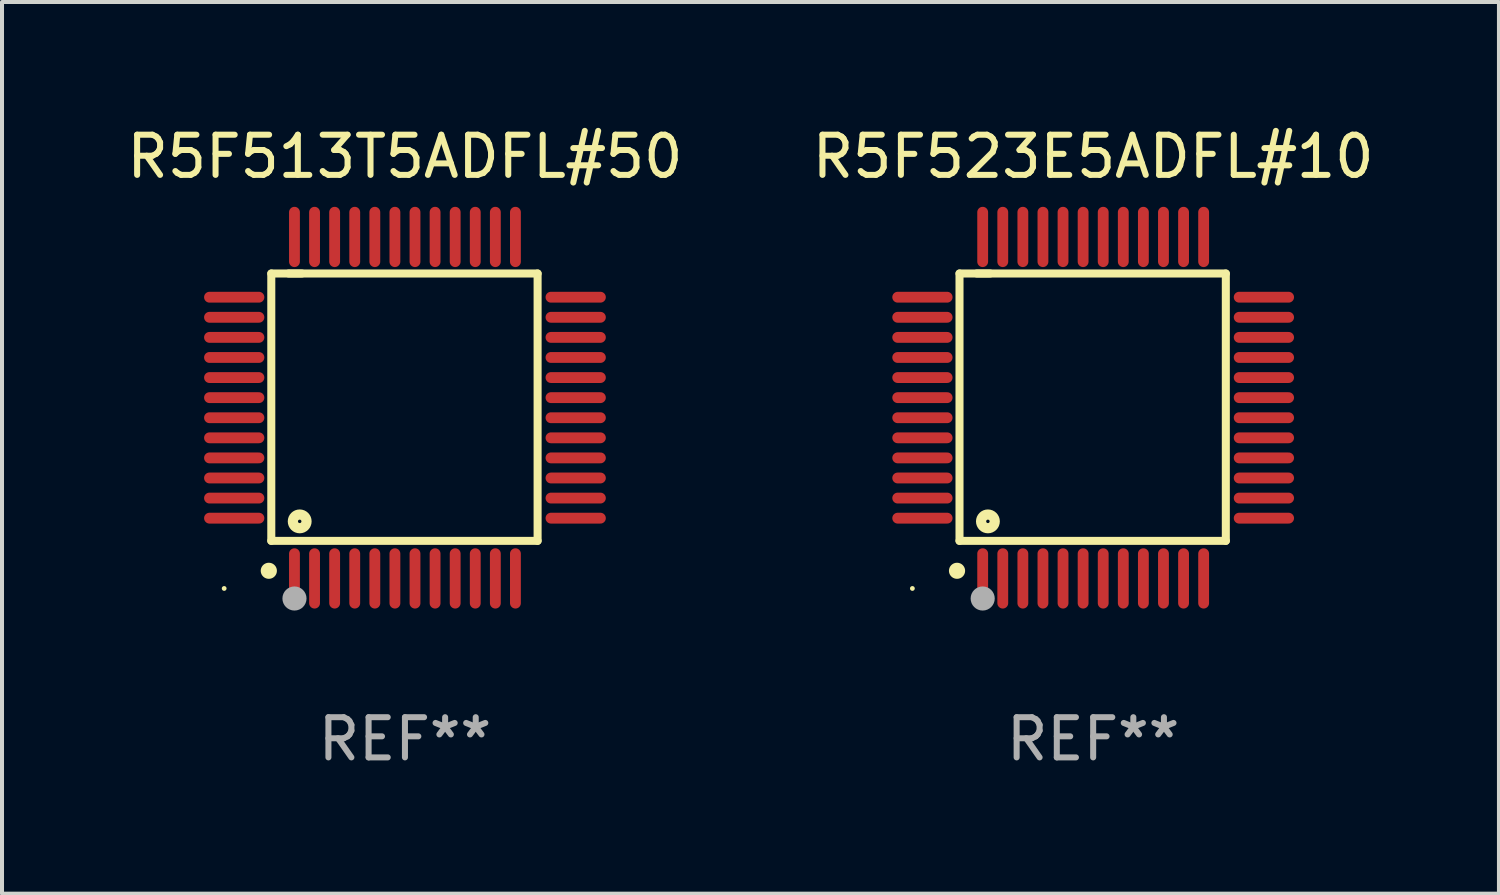
<source format=kicad_pcb>
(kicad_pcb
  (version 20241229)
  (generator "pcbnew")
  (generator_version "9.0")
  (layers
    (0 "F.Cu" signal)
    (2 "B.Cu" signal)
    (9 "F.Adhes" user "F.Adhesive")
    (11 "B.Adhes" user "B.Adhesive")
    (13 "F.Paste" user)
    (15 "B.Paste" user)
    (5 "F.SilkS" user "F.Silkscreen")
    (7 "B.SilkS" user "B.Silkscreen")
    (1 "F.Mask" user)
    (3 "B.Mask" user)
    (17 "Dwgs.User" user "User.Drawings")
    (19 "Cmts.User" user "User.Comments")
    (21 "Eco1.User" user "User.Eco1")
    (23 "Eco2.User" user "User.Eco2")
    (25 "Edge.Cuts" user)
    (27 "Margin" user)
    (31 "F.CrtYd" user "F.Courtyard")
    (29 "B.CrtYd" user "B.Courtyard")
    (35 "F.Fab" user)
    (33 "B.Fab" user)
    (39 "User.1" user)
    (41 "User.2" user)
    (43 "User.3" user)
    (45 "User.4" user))
  (footprint "R5F523E5ADFL#10"
    (layer "F.Cu")
    (at 24.161 7.098)
    (property "Reference" "R5F523E5ADFL#10" (at 0 -6.25 0) (layer "F.SilkS") (effects (font (size 1 1) (thickness 0.15))))
    (attr through_hole)
    (fp_line (start -3.327 -3.34) (end -2.565 -3.34) (stroke (width 0.2) (type solid)) (layer "F.SilkS"))
    (fp_line (start -3.327 3.315) (end -3.327 -3.34) (stroke (width 0.2) (type solid)) (layer "F.SilkS"))
    (fp_line (start -2.896 -3.34) (end 3.302 -3.34) (stroke (width 0.2) (type solid)) (layer "F.SilkS"))
    (fp_line (start 3.302 -3.34) (end 3.302 3.315) (stroke (width 0.2) (type solid)) (layer "F.SilkS"))
    (fp_line (start 3.302 3.315) (end -3.327 3.315) (stroke (width 0.2) (type solid)) (layer "F.SilkS"))
    (fp_arc (start -3.389992 4.059995) (mid -3.388722 4.059991) (end -3.387452 4.059995) (stroke (width 0.4) (type solid)) (layer "F.SilkS"))
    (fp_circle (center -4.5 4.5) (end -4.47 4.5) (stroke (width 0.06) (type solid)) (fill no) (layer "F.SilkS"))
    (fp_circle (center -2.62 2.83) (end -2.45 2.83) (stroke (width 0.254) (type solid)) (fill no) (layer "F.SilkS"))
    (fp_circle (center -2.75 4.75) (end -2.6 4.75) (stroke (width 0.3) (type solid)) (fill no) (layer "F.Fab"))
    (fp_text user "REF**" (at 0 8.25 0) (layer "F.Fab") (effects (font (size 1 1) (thickness 0.15))))
    (pad "1" smd oval (at -2.75 4.25) (size 0.27 1.5) (layers "F.Cu" "F.Mask" "F.Paste"))
    (pad "2" smd oval (at -2.25 4.25) (size 0.27 1.5) (layers "F.Cu" "F.Mask" "F.Paste"))
    (pad "3" smd oval (at -1.75 4.25) (size 0.27 1.5) (layers "F.Cu" "F.Mask" "F.Paste"))
    (pad "4" smd oval (at -1.25 4.25) (size 0.27 1.5) (layers "F.Cu" "F.Mask" "F.Paste"))
    (pad "5" smd oval (at -0.75 4.25) (size 0.27 1.5) (layers "F.Cu" "F.Mask" "F.Paste"))
    (pad "6" smd oval (at -0.25 4.25) (size 0.27 1.5) (layers "F.Cu" "F.Mask" "F.Paste"))
    (pad "7" smd oval (at 0.25 4.25) (size 0.27 1.5) (layers "F.Cu" "F.Mask" "F.Paste"))
    (pad "8" smd oval (at 0.75 4.25) (size 0.27 1.5) (layers "F.Cu" "F.Mask" "F.Paste"))
    (pad "9" smd oval (at 1.25 4.25) (size 0.27 1.5) (layers "F.Cu" "F.Mask" "F.Paste"))
    (pad "10" smd oval (at 1.75 4.25) (size 0.27 1.5) (layers "F.Cu" "F.Mask" "F.Paste"))
    (pad "11" smd oval (at 2.25 4.25) (size 0.27 1.5) (layers "F.Cu" "F.Mask" "F.Paste"))
    (pad "12" smd oval (at 2.75 4.25) (size 0.27 1.5) (layers "F.Cu" "F.Mask" "F.Paste"))
    (pad "13" smd oval (at 4.25 2.75) (size 1.5 0.27) (layers "F.Cu" "F.Mask" "F.Paste"))
    (pad "14" smd oval (at 4.25 2.25) (size 1.5 0.27) (layers "F.Cu" "F.Mask" "F.Paste"))
    (pad "15" smd oval (at 4.25 1.75) (size 1.5 0.27) (layers "F.Cu" "F.Mask" "F.Paste"))
    (pad "16" smd oval (at 4.25 1.25) (size 1.5 0.27) (layers "F.Cu" "F.Mask" "F.Paste"))
    (pad "17" smd oval (at 4.25 0.75) (size 1.5 0.27) (layers "F.Cu" "F.Mask" "F.Paste"))
    (pad "18" smd oval (at 4.25 0.25) (size 1.5 0.27) (layers "F.Cu" "F.Mask" "F.Paste"))
    (pad "19" smd oval (at 4.25 -0.25) (size 1.5 0.27) (layers "F.Cu" "F.Mask" "F.Paste"))
    (pad "20" smd oval (at 4.25 -0.75) (size 1.5 0.27) (layers "F.Cu" "F.Mask" "F.Paste"))
    (pad "21" smd oval (at 4.25 -1.25) (size 1.5 0.27) (layers "F.Cu" "F.Mask" "F.Paste"))
    (pad "22" smd oval (at 4.25 -1.75) (size 1.5 0.27) (layers "F.Cu" "F.Mask" "F.Paste"))
    (pad "23" smd oval (at 4.25 -2.25) (size 1.5 0.27) (layers "F.Cu" "F.Mask" "F.Paste"))
    (pad "24" smd oval (at 4.25 -2.75) (size 1.5 0.27) (layers "F.Cu" "F.Mask" "F.Paste"))
    (pad "25" smd oval (at 2.75 -4.25) (size 0.27 1.5) (layers "F.Cu" "F.Mask" "F.Paste"))
    (pad "26" smd oval (at 2.25 -4.25) (size 0.27 1.5) (layers "F.Cu" "F.Mask" "F.Paste"))
    (pad "27" smd oval (at 1.75 -4.25) (size 0.27 1.5) (layers "F.Cu" "F.Mask" "F.Paste"))
    (pad "28" smd oval (at 1.25 -4.25) (size 0.27 1.5) (layers "F.Cu" "F.Mask" "F.Paste"))
    (pad "29" smd oval (at 0.75 -4.25) (size 0.27 1.5) (layers "F.Cu" "F.Mask" "F.Paste"))
    (pad "30" smd oval (at 0.25 -4.25) (size 0.27 1.5) (layers "F.Cu" "F.Mask" "F.Paste"))
    (pad "31" smd oval (at -0.25 -4.25) (size 0.27 1.5) (layers "F.Cu" "F.Mask" "F.Paste"))
    (pad "32" smd oval (at -0.75 -4.25) (size 0.27 1.5) (layers "F.Cu" "F.Mask" "F.Paste"))
    (pad "33" smd oval (at -1.25 -4.25) (size 0.27 1.5) (layers "F.Cu" "F.Mask" "F.Paste"))
    (pad "34" smd oval (at -1.75 -4.25) (size 0.27 1.5) (layers "F.Cu" "F.Mask" "F.Paste"))
    (pad "35" smd oval (at -2.25 -4.25) (size 0.27 1.5) (layers "F.Cu" "F.Mask" "F.Paste"))
    (pad "36" smd oval (at -2.75 -4.25) (size 0.27 1.5) (layers "F.Cu" "F.Mask" "F.Paste"))
    (pad "37" smd oval (at -4.25 -2.75) (size 1.5 0.27) (layers "F.Cu" "F.Mask" "F.Paste"))
    (pad "38" smd oval (at -4.25 -2.25) (size 1.5 0.27) (layers "F.Cu" "F.Mask" "F.Paste"))
    (pad "39" smd oval (at -4.25 -1.75) (size 1.5 0.27) (layers "F.Cu" "F.Mask" "F.Paste"))
    (pad "40" smd oval (at -4.25 -1.25) (size 1.5 0.27) (layers "F.Cu" "F.Mask" "F.Paste"))
    (pad "41" smd oval (at -4.25 -0.75) (size 1.5 0.27) (layers "F.Cu" "F.Mask" "F.Paste"))
    (pad "42" smd oval (at -4.25 -0.25) (size 1.5 0.27) (layers "F.Cu" "F.Mask" "F.Paste"))
    (pad "43" smd oval (at -4.25 0.25) (size 1.5 0.27) (layers "F.Cu" "F.Mask" "F.Paste"))
    (pad "44" smd oval (at -4.25 0.75) (size 1.5 0.27) (layers "F.Cu" "F.Mask" "F.Paste"))
    (pad "45" smd oval (at -4.25 1.25) (size 1.5 0.27) (layers "F.Cu" "F.Mask" "F.Paste"))
    (pad "46" smd oval (at -4.25 1.75) (size 1.5 0.27) (layers "F.Cu" "F.Mask" "F.Paste"))
    (pad "47" smd oval (at -4.25 2.25) (size 1.5 0.27) (layers "F.Cu" "F.Mask" "F.Paste"))
    (pad "48" smd oval (at -4.25 2.75) (size 1.5 0.27) (layers "F.Cu" "F.Mask" "F.Paste")))
  (footprint "R5F513T5ADFL#50"
    (layer "F.Cu")
    (at 7.03 7.098)
    (property "Reference" "R5F513T5ADFL#50" (at 0 -6.25 0) (layer "F.SilkS") (effects (font (size 1 1) (thickness 0.15))))
    (attr through_hole)
    (fp_line (start -3.327 -3.34) (end -2.565 -3.34) (stroke (width 0.2) (type solid)) (layer "F.SilkS"))
    (fp_line (start -3.327 3.315) (end -3.327 -3.34) (stroke (width 0.2) (type solid)) (layer "F.SilkS"))
    (fp_line (start -2.896 -3.34) (end 3.302 -3.34) (stroke (width 0.2) (type solid)) (layer "F.SilkS"))
    (fp_line (start 3.302 -3.34) (end 3.302 3.315) (stroke (width 0.2) (type solid)) (layer "F.SilkS"))
    (fp_line (start 3.302 3.315) (end -3.327 3.315) (stroke (width 0.2) (type solid)) (layer "F.SilkS"))
    (fp_arc (start -3.389992 4.059995) (mid -3.388722 4.059991) (end -3.387452 4.059995) (stroke (width 0.4) (type solid)) (layer "F.SilkS"))
    (fp_circle (center -4.5 4.5) (end -4.47 4.5) (stroke (width 0.06) (type solid)) (fill no) (layer "F.SilkS"))
    (fp_circle (center -2.62 2.83) (end -2.45 2.83) (stroke (width 0.254) (type solid)) (fill no) (layer "F.SilkS"))
    (fp_circle (center -2.75 4.75) (end -2.6 4.75) (stroke (width 0.3) (type solid)) (fill no) (layer "F.Fab"))
    (fp_text user "REF**" (at 0 8.25 0) (layer "F.Fab") (effects (font (size 1 1) (thickness 0.15))))
    (pad "1" smd oval (at -2.75 4.25) (size 0.27 1.5) (layers "F.Cu" "F.Mask" "F.Paste"))
    (pad "2" smd oval (at -2.25 4.25) (size 0.27 1.5) (layers "F.Cu" "F.Mask" "F.Paste"))
    (pad "3" smd oval (at -1.75 4.25) (size 0.27 1.5) (layers "F.Cu" "F.Mask" "F.Paste"))
    (pad "4" smd oval (at -1.25 4.25) (size 0.27 1.5) (layers "F.Cu" "F.Mask" "F.Paste"))
    (pad "5" smd oval (at -0.75 4.25) (size 0.27 1.5) (layers "F.Cu" "F.Mask" "F.Paste"))
    (pad "6" smd oval (at -0.25 4.25) (size 0.27 1.5) (layers "F.Cu" "F.Mask" "F.Paste"))
    (pad "7" smd oval (at 0.25 4.25) (size 0.27 1.5) (layers "F.Cu" "F.Mask" "F.Paste"))
    (pad "8" smd oval (at 0.75 4.25) (size 0.27 1.5) (layers "F.Cu" "F.Mask" "F.Paste"))
    (pad "9" smd oval (at 1.25 4.25) (size 0.27 1.5) (layers "F.Cu" "F.Mask" "F.Paste"))
    (pad "10" smd oval (at 1.75 4.25) (size 0.27 1.5) (layers "F.Cu" "F.Mask" "F.Paste"))
    (pad "11" smd oval (at 2.25 4.25) (size 0.27 1.5) (layers "F.Cu" "F.Mask" "F.Paste"))
    (pad "12" smd oval (at 2.75 4.25) (size 0.27 1.5) (layers "F.Cu" "F.Mask" "F.Paste"))
    (pad "13" smd oval (at 4.25 2.75) (size 1.5 0.27) (layers "F.Cu" "F.Mask" "F.Paste"))
    (pad "14" smd oval (at 4.25 2.25) (size 1.5 0.27) (layers "F.Cu" "F.Mask" "F.Paste"))
    (pad "15" smd oval (at 4.25 1.75) (size 1.5 0.27) (layers "F.Cu" "F.Mask" "F.Paste"))
    (pad "16" smd oval (at 4.25 1.25) (size 1.5 0.27) (layers "F.Cu" "F.Mask" "F.Paste"))
    (pad "17" smd oval (at 4.25 0.75) (size 1.5 0.27) (layers "F.Cu" "F.Mask" "F.Paste"))
    (pad "18" smd oval (at 4.25 0.25) (size 1.5 0.27) (layers "F.Cu" "F.Mask" "F.Paste"))
    (pad "19" smd oval (at 4.25 -0.25) (size 1.5 0.27) (layers "F.Cu" "F.Mask" "F.Paste"))
    (pad "20" smd oval (at 4.25 -0.75) (size 1.5 0.27) (layers "F.Cu" "F.Mask" "F.Paste"))
    (pad "21" smd oval (at 4.25 -1.25) (size 1.5 0.27) (layers "F.Cu" "F.Mask" "F.Paste"))
    (pad "22" smd oval (at 4.25 -1.75) (size 1.5 0.27) (layers "F.Cu" "F.Mask" "F.Paste"))
    (pad "23" smd oval (at 4.25 -2.25) (size 1.5 0.27) (layers "F.Cu" "F.Mask" "F.Paste"))
    (pad "24" smd oval (at 4.25 -2.75) (size 1.5 0.27) (layers "F.Cu" "F.Mask" "F.Paste"))
    (pad "25" smd oval (at 2.75 -4.25) (size 0.27 1.5) (layers "F.Cu" "F.Mask" "F.Paste"))
    (pad "26" smd oval (at 2.25 -4.25) (size 0.27 1.5) (layers "F.Cu" "F.Mask" "F.Paste"))
    (pad "27" smd oval (at 1.75 -4.25) (size 0.27 1.5) (layers "F.Cu" "F.Mask" "F.Paste"))
    (pad "28" smd oval (at 1.25 -4.25) (size 0.27 1.5) (layers "F.Cu" "F.Mask" "F.Paste"))
    (pad "29" smd oval (at 0.75 -4.25) (size 0.27 1.5) (layers "F.Cu" "F.Mask" "F.Paste"))
    (pad "30" smd oval (at 0.25 -4.25) (size 0.27 1.5) (layers "F.Cu" "F.Mask" "F.Paste"))
    (pad "31" smd oval (at -0.25 -4.25) (size 0.27 1.5) (layers "F.Cu" "F.Mask" "F.Paste"))
    (pad "32" smd oval (at -0.75 -4.25) (size 0.27 1.5) (layers "F.Cu" "F.Mask" "F.Paste"))
    (pad "33" smd oval (at -1.25 -4.25) (size 0.27 1.5) (layers "F.Cu" "F.Mask" "F.Paste"))
    (pad "34" smd oval (at -1.75 -4.25) (size 0.27 1.5) (layers "F.Cu" "F.Mask" "F.Paste"))
    (pad "35" smd oval (at -2.25 -4.25) (size 0.27 1.5) (layers "F.Cu" "F.Mask" "F.Paste"))
    (pad "36" smd oval (at -2.75 -4.25) (size 0.27 1.5) (layers "F.Cu" "F.Mask" "F.Paste"))
    (pad "37" smd oval (at -4.25 -2.75) (size 1.5 0.27) (layers "F.Cu" "F.Mask" "F.Paste"))
    (pad "38" smd oval (at -4.25 -2.25) (size 1.5 0.27) (layers "F.Cu" "F.Mask" "F.Paste"))
    (pad "39" smd oval (at -4.25 -1.75) (size 1.5 0.27) (layers "F.Cu" "F.Mask" "F.Paste"))
    (pad "40" smd oval (at -4.25 -1.25) (size 1.5 0.27) (layers "F.Cu" "F.Mask" "F.Paste"))
    (pad "41" smd oval (at -4.25 -0.75) (size 1.5 0.27) (layers "F.Cu" "F.Mask" "F.Paste"))
    (pad "42" smd oval (at -4.25 -0.25) (size 1.5 0.27) (layers "F.Cu" "F.Mask" "F.Paste"))
    (pad "43" smd oval (at -4.25 0.25) (size 1.5 0.27) (layers "F.Cu" "F.Mask" "F.Paste"))
    (pad "44" smd oval (at -4.25 0.75) (size 1.5 0.27) (layers "F.Cu" "F.Mask" "F.Paste"))
    (pad "45" smd oval (at -4.25 1.25) (size 1.5 0.27) (layers "F.Cu" "F.Mask" "F.Paste"))
    (pad "46" smd oval (at -4.25 1.75) (size 1.5 0.27) (layers "F.Cu" "F.Mask" "F.Paste"))
    (pad "47" smd oval (at -4.25 2.25) (size 1.5 0.27) (layers "F.Cu" "F.Mask" "F.Paste"))
    (pad "48" smd oval (at -4.25 2.75) (size 1.5 0.27) (layers "F.Cu" "F.Mask" "F.Paste")))
  (gr_rect
    (start -3 -3)
    (end 34.262 19.196)
    (stroke (width 0.1) (type default))
    (fill no)
    (layer "Edge.Cuts")))
</source>
